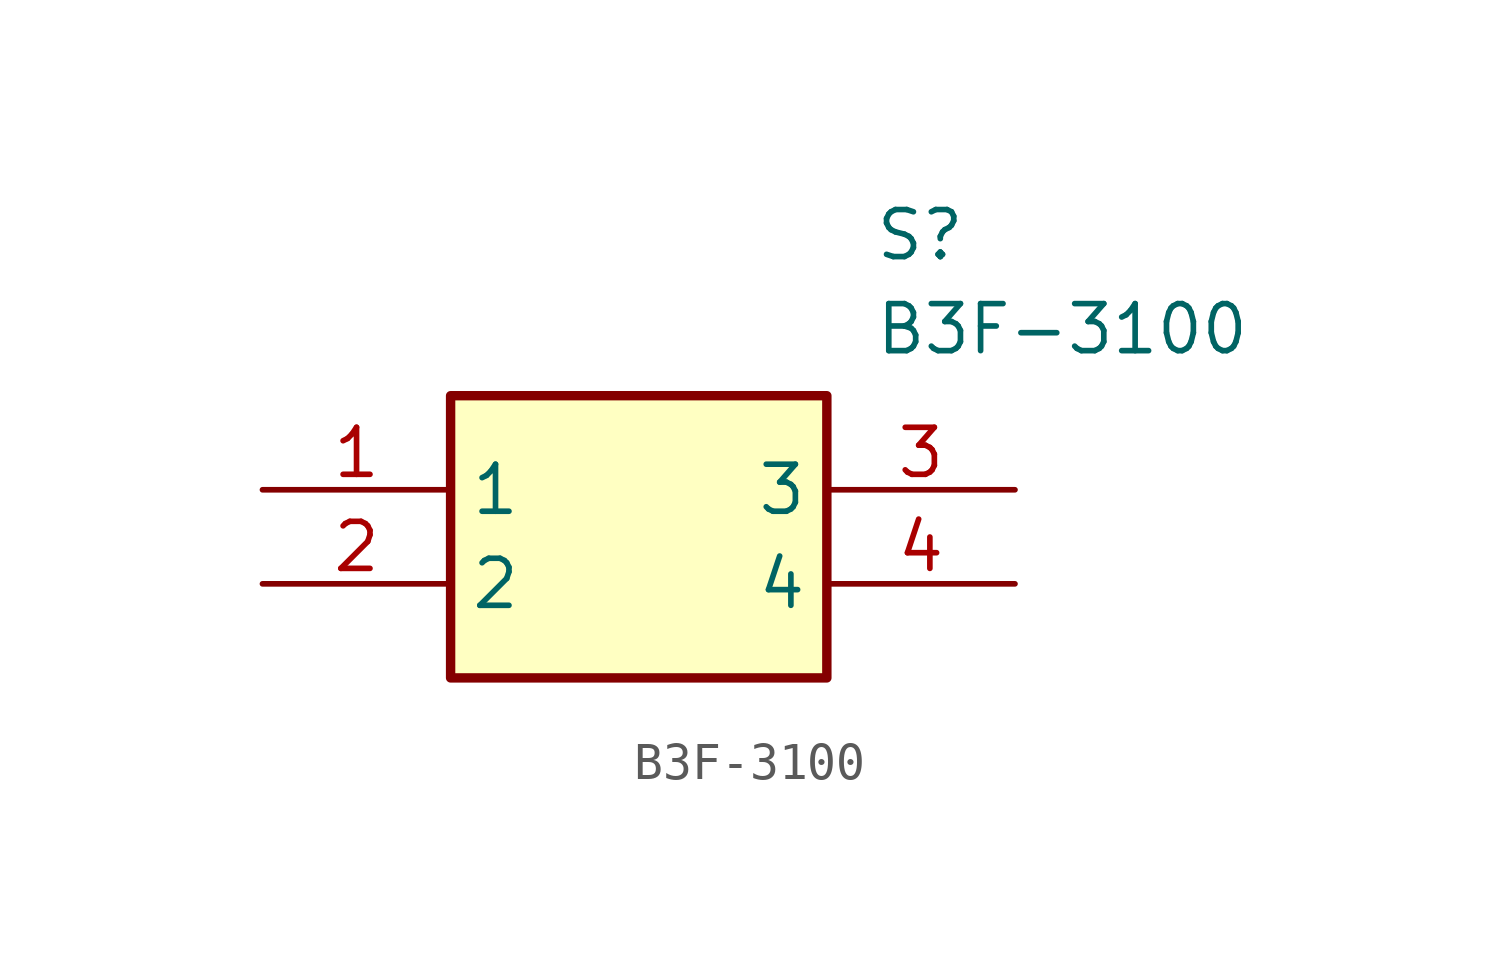
<source format=kicad_sym>
(kicad_symbol_lib
  (version 20211014)
  (generator SamacSys_ECAD_Model)
  (symbol "B3F-3100"
    (property "Reference" "S"
      (at 16.51 7.62 0)
      (effects (font (size 1.27 1.27)) (justify left top)))
    (property "Value" "B3F-3100"
      (at 16.51 5.08 0)
      (effects (font (size 1.27 1.27)) (justify left top)))
    (rectangle
      (start 5.08 2.54)
      (end 15.24 -5.08)
      (stroke (width 0.254) (type default))
      (fill (type background)))
    (pin passive line
      (at 0 0 0)
      (length 5.08)
      (name "1" (effects (font (size 1.27 1.27))))
      (number "1" (effects (font (size 1.27 1.27)))))
    (pin passive line
      (at 0 -2.54 0)
      (length 5.08)
      (name "2" (effects (font (size 1.27 1.27))))
      (number "2" (effects (font (size 1.27 1.27)))))
    (pin passive line
      (at 20.32 0 180)
      (length 5.08)
      (name "3" (effects (font (size 1.27 1.27))))
      (number "3" (effects (font (size 1.27 1.27)))))
    (pin passive line
      (at 20.32 -2.54 180)
      (length 5.08)
      (name "4" (effects (font (size 1.27 1.27))))
      (number "4" (effects (font (size 1.27 1.27)))))))
</source>
